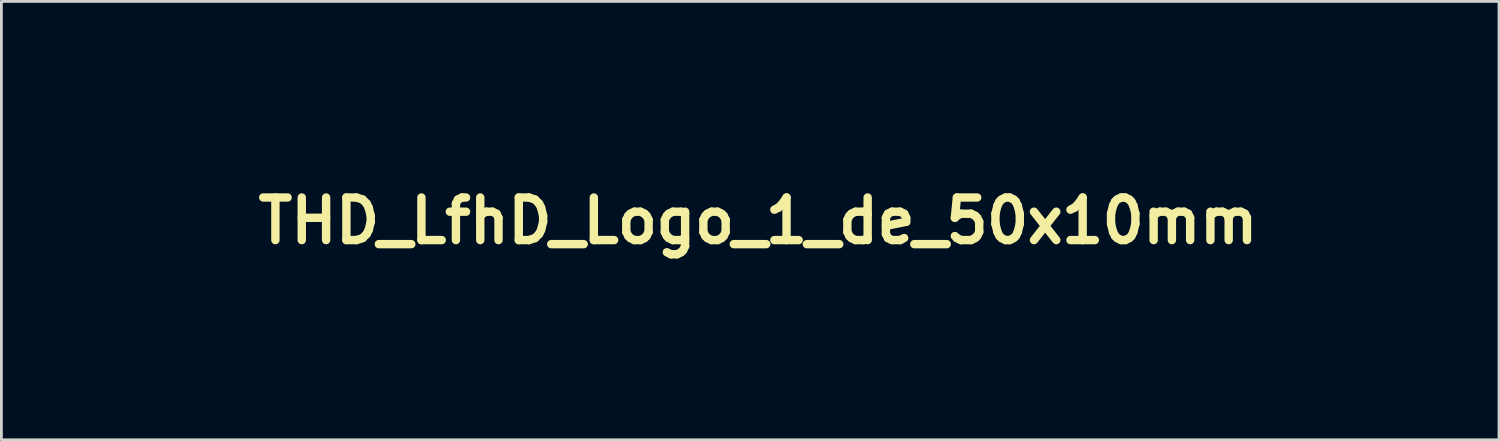
<source format=kicad_pcb>
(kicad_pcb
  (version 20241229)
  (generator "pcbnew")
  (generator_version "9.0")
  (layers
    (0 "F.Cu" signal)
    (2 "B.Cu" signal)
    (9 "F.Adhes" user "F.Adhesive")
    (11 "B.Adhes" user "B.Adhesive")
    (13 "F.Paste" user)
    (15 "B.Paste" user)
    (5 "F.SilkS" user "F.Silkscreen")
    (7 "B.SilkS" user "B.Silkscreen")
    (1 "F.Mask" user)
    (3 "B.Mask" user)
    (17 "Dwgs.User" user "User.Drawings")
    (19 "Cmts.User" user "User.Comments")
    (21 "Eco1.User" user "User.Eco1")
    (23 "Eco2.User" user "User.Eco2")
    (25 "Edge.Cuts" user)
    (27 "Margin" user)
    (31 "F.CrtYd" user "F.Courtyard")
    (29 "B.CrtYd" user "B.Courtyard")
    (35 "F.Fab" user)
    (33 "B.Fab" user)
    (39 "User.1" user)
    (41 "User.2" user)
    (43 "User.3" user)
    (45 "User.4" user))
  (footprint "THD_LfhD_Logo_1_de_50x10mm"
    (layer "F.Cu")
    (at 24.076 4.851)
    (property "Reference" "THD_LfhD_Logo_1_de_50x10mm" (at 0 0 0) (layer "F.SilkS") (effects (font (size 1.524 1.524) (thickness 0.3))))
    (attr through_hole)
    (fp_poly (pts (xy -21.61 2.384) (xy -21.61 4.338) (xy -21.824 4.362) (xy -22.039 4.387) (xy -22.039 2.334) (xy -21.61 2.384)) (stroke (width 0.01) (type solid)) (fill yes) (layer "F.Mask"))
    (fp_poly (pts (xy -12.622 2.384) (xy -12.6 3.38) (xy -12.578 4.377) (xy -13.052 4.377) (xy -13.052 2.334) (xy -12.622 2.384)) (stroke (width 0.01) (type solid)) (fill yes) (layer "F.Mask"))
    (fp_poly (pts (xy -9.965 2.384) (xy -9.943 3.38) (xy -9.921 4.377) (xy -10.394 4.377) (xy -10.394 2.334) (xy -9.965 2.384)) (stroke (width 0.01) (type solid)) (fill yes) (layer "F.Mask"))
    (fp_poly (pts (xy -14.302 3.908) (xy -13.286 3.908) (xy -13.286 4.377) (xy -14.732 4.377) (xy -14.716 3.38) (xy -14.701 2.384) (xy -14.501 2.359) (xy -14.302 2.334) (xy -14.302 3.908)) (stroke (width 0.01) (type solid)) (fill yes) (layer "F.Mask"))
    (fp_poly (pts (xy -2.761 -4.79) (xy -2.735 -4.689) (xy -2.791 -4.559) (xy -2.892 -4.533) (xy -3.022 -4.588) (xy -3.048 -4.689) (xy -2.993 -4.82) (xy -2.892 -4.846) (xy -2.761 -4.79)) (stroke (width 0.01) (type solid)) (fill yes) (layer "F.Mask"))
    (fp_poly (pts (xy -2.136 -4.79) (xy -2.11 -4.689) (xy -2.165 -4.559) (xy -2.266 -4.533) (xy -2.397 -4.588) (xy -2.423 -4.689) (xy -2.368 -4.82) (xy -2.266 -4.846) (xy -2.136 -4.79)) (stroke (width 0.01) (type solid)) (fill yes) (layer "F.Mask"))
    (fp_poly (pts (xy -18.855 2.359) (xy -18.64 2.384) (xy -18.617 3.204) (xy -18.609 3.659) (xy -18.616 3.981) (xy -18.644 4.191) (xy -18.698 4.312) (xy -18.783 4.366) (xy -18.876 4.377) (xy -19.07 4.377) (xy -19.07 2.334) (xy -18.855 2.359)) (stroke (width 0.01) (type solid)) (fill yes) (layer "F.Mask"))
    (fp_poly (pts (xy -16.647 2.579) (xy -16.659 2.729) (xy -16.726 2.796) (xy -16.892 2.813) (xy -16.959 2.814) (xy -17.272 2.814) (xy -17.272 4.377) (xy -17.663 4.377) (xy -17.663 2.814) (xy -17.975 2.814) (xy -18.176 2.804) (xy -18.265 2.754) (xy -18.288 2.629) (xy -18.288 2.579) (xy -18.288 2.345) (xy -16.647 2.345) (xy -16.647 2.579)) (stroke (width 0.01) (type solid)) (fill yes) (layer "F.Mask"))
    (fp_poly (pts (xy 5.002 4.767) (xy 3.671 4.767) (xy 3.148 4.764) (xy 2.765 4.754) (xy 2.507 4.735) (xy 2.358 4.707) (xy 2.302 4.67) (xy 2.295 4.574) (xy 2.29 4.338) (xy 2.285 3.976) (xy 2.282 3.503) (xy 2.28 2.935) (xy 2.28 2.286) (xy 2.281 1.573) (xy 2.284 0.81) (xy 2.285 0.625) (xy 2.306 -3.322) (xy 5.002 -3.364) (xy 5.002 4.767)) (stroke (width 0.01) (type solid)) (fill yes) (layer "F.Mask"))
    (fp_poly (pts (xy 14.83 0.059) (xy 14.81 4.806) (xy 14.534 4.83) (xy 14.335 4.831) (xy 14.209 4.803) (xy 14.202 4.797) (xy 14.187 4.707) (xy 14.174 4.482) (xy 14.163 4.141) (xy 14.154 3.707) (xy 14.148 3.199) (xy 14.146 2.639) (xy 14.146 2.607) (xy 14.146 0.473) (xy 11.528 0.43) (xy 11.504 0.059) (xy 11.48 -0.313) (xy 14.146 -0.313) (xy 14.146 -4.689) (xy 14.85 -4.689) (xy 14.83 0.059)) (stroke (width 0.01) (type solid)) (fill yes) (layer "F.Mask"))
    (fp_poly (pts (xy 10.863 -3.908) (xy 6.33 -3.908) (xy 6.33 4.689) (xy 6.102 4.689) (xy 5.898 4.703) (xy 5.766 4.731) (xy 5.637 4.737) (xy 5.603 4.718) (xy 5.593 4.631) (xy 5.584 4.403) (xy 5.575 4.048) (xy 5.567 3.579) (xy 5.56 3.011) (xy 5.555 2.359) (xy 5.551 1.636) (xy 5.549 0.858) (xy 5.549 0.378) (xy 5.549 -3.908) (xy 1.016 -3.908) (xy 1.016 -4.689) (xy 10.863 -4.689) (xy 10.863 -3.908)) (stroke (width 0.01) (type solid)) (fill yes) (layer "F.Mask"))
    (fp_poly (pts (xy -23.62 -0.929) (xy -23.551 -0.877) (xy -23.527 -0.74) (xy -23.524 -0.547) (xy -23.524 -0.156) (xy -22.743 -0.156) (xy -22.743 -0.547) (xy -22.736 -0.779) (xy -22.704 -0.895) (xy -22.626 -0.934) (xy -22.547 -0.938) (xy -22.352 -0.938) (xy -22.352 1.094) (xy -22.547 1.094) (xy -22.663 1.081) (xy -22.721 1.017) (xy -22.741 0.86) (xy -22.743 0.703) (xy -22.743 0.313) (xy -23.524 0.313) (xy -23.524 0.703) (xy -23.529 0.935) (xy -23.561 1.05) (xy -23.643 1.09) (xy -23.759 1.094) (xy -23.993 1.094) (xy -23.993 -0.938) (xy -23.759 -0.938) (xy -23.62 -0.929)) (stroke (width 0.01) (type solid)) (fill yes) (layer "F.Mask"))
    (fp_poly (pts (xy -2.987 -0.929) (xy -2.918 -0.877) (xy -2.894 -0.74) (xy -2.892 -0.547) (xy -2.892 -0.156) (xy -2.11 -0.156) (xy -2.11 -0.547) (xy -2.104 -0.779) (xy -2.071 -0.895) (xy -1.993 -0.934) (xy -1.915 -0.938) (xy -1.719 -0.938) (xy -1.719 1.094) (xy -1.915 1.094) (xy -2.031 1.081) (xy -2.089 1.017) (xy -2.108 0.86) (xy -2.11 0.703) (xy -2.11 0.313) (xy -2.892 0.313) (xy -2.892 0.703) (xy -2.897 0.935) (xy -2.928 1.05) (xy -3.01 1.09) (xy -3.126 1.094) (xy -3.361 1.094) (xy -3.361 -0.938) (xy -3.126 -0.938) (xy -2.987 -0.929)) (stroke (width 0.01) (type solid)) (fill yes) (layer "F.Mask"))
    (fp_poly (pts (xy -23.466 2.347) (xy -23.111 2.358) (xy -22.868 2.4) (xy -22.696 2.489) (xy -22.551 2.643) (xy -22.485 2.733) (xy -22.391 2.973) (xy -22.353 3.294) (xy -22.372 3.631) (xy -22.449 3.92) (xy -22.482 3.987) (xy -22.633 4.177) (xy -22.838 4.297) (xy -23.129 4.359) (xy -23.528 4.377) (xy -24.071 4.377) (xy -24.071 2.814) (xy -23.602 2.814) (xy -23.602 3.908) (xy -23.294 3.908) (xy -23.048 3.877) (xy -22.892 3.77) (xy -22.864 3.734) (xy -22.773 3.523) (xy -22.743 3.33) (xy -22.804 3.055) (xy -22.984 2.881) (xy -23.272 2.814) (xy -23.302 2.814) (xy -23.602 2.814) (xy -24.071 2.814) (xy -24.071 2.345) (xy -23.466 2.347)) (stroke (width 0.01) (type solid)) (fill yes) (layer "F.Mask"))
    (fp_poly (pts (xy -7.737 -0.469) (xy -8.284 -0.469) (xy -8.572 -0.465) (xy -8.737 -0.446) (xy -8.812 -0.402) (xy -8.831 -0.325) (xy -8.831 -0.313) (xy -8.816 -0.228) (xy -8.745 -0.181) (xy -8.585 -0.161) (xy -8.323 -0.156) (xy -7.815 -0.156) (xy -7.815 0.313) (xy -8.323 0.313) (xy -8.599 0.318) (xy -8.752 0.34) (xy -8.818 0.389) (xy -8.831 0.466) (xy -8.815 0.546) (xy -8.742 0.595) (xy -8.582 0.623) (xy -8.301 0.64) (xy -8.265 0.641) (xy -7.972 0.656) (xy -7.801 0.68) (xy -7.716 0.727) (xy -7.683 0.811) (xy -7.673 0.879) (xy -7.649 1.094) (xy -9.3 1.094) (xy -9.3 -0.938) (xy -7.737 -0.938) (xy -7.737 -0.469)) (stroke (width 0.01) (type solid)) (fill yes) (layer "F.Mask"))
    (fp_poly (pts (xy -16.886 -0.916) (xy -16.586 -0.836) (xy -16.381 -0.677) (xy -16.242 -0.418) (xy -16.147 -0.073) (xy -16.146 0.231) (xy -16.241 0.561) (xy -16.408 0.843) (xy -16.469 0.908) (xy -16.592 1.004) (xy -16.732 1.06) (xy -16.935 1.087) (xy -17.245 1.094) (xy -17.283 1.094) (xy -17.897 1.094) (xy -17.897 -0.469) (xy -17.428 -0.469) (xy -17.428 0.625) (xy -17.121 0.625) (xy -16.879 0.593) (xy -16.704 0.513) (xy -16.691 0.502) (xy -16.601 0.321) (xy -16.572 0.069) (xy -16.605 -0.18) (xy -16.691 -0.346) (xy -16.855 -0.43) (xy -17.093 -0.468) (xy -17.121 -0.469) (xy -17.428 -0.469) (xy -17.897 -0.469) (xy -17.897 -0.938) (xy -17.308 -0.938) (xy -16.886 -0.916)) (stroke (width 0.01) (type solid)) (fill yes) (layer "F.Mask"))
    (fp_poly (pts (xy -3.775 -4.162) (xy -3.8 -4.043) (xy -3.863 -3.976) (xy -4.001 -3.943) (xy -4.254 -3.925) (xy -4.285 -3.924) (xy -4.553 -3.904) (xy -4.699 -3.871) (xy -4.759 -3.811) (xy -4.767 -3.748) (xy -4.748 -3.659) (xy -4.664 -3.613) (xy -4.479 -3.597) (xy -4.338 -3.595) (xy -4.092 -3.591) (xy -3.964 -3.565) (xy -3.915 -3.497) (xy -3.908 -3.364) (xy -3.908 -3.361) (xy -3.915 -3.227) (xy -3.962 -3.157) (xy -4.088 -3.13) (xy -4.331 -3.126) (xy -4.338 -3.126) (xy -4.767 -3.126) (xy -4.767 -2.735) (xy -4.773 -2.504) (xy -4.804 -2.389) (xy -4.886 -2.349) (xy -5.002 -2.345) (xy -5.236 -2.345) (xy -5.236 -4.377) (xy -3.746 -4.377) (xy -3.775 -4.162)) (stroke (width 0.01) (type solid)) (fill yes) (layer "F.Mask"))
    (fp_poly (pts (xy 16.945 -4.674) (xy 16.971 -4.673) (xy 18.171 -4.65) (xy 18.171 4.728) (xy 16.916 4.75) (xy 16.488 4.754) (xy 16.115 4.751) (xy 15.827 4.742) (xy 15.649 4.728) (xy 15.607 4.717) (xy 15.597 4.631) (xy 15.588 4.403) (xy 15.579 4.046) (xy 15.572 3.575) (xy 15.565 3.002) (xy 15.56 2.343) (xy 15.556 1.61) (xy 15.553 0.819) (xy 15.553 0.075) (xy 15.553 -0.909) (xy 15.555 -1.747) (xy 15.558 -2.452) (xy 15.563 -3.033) (xy 15.569 -3.503) (xy 15.578 -3.873) (xy 15.59 -4.154) (xy 15.604 -4.356) (xy 15.621 -4.492) (xy 15.641 -4.572) (xy 15.662 -4.605) (xy 15.78 -4.644) (xy 16.028 -4.668) (xy 16.413 -4.678) (xy 16.945 -4.674)) (stroke (width 0.01) (type solid)) (fill yes) (layer "F.Mask"))
    (fp_poly (pts (xy -7.132 -0.923) (xy -7.008 -0.886) (xy -6.892 -0.786) (xy -6.757 -0.596) (xy -6.605 -0.334) (xy -6.454 -0.074) (xy -6.327 0.124) (xy -6.246 0.226) (xy -6.233 0.233) (xy -6.205 0.162) (xy -6.184 -0.027) (xy -6.174 -0.297) (xy -6.174 -0.352) (xy -6.172 -0.65) (xy -6.157 -0.825) (xy -6.119 -0.909) (xy -6.047 -0.936) (xy -5.979 -0.938) (xy -5.783 -0.938) (xy -5.783 1.094) (xy -5.998 1.093) (xy -6.113 1.075) (xy -6.218 1.005) (xy -6.338 0.857) (xy -6.496 0.604) (xy -6.565 0.488) (xy -6.917 -0.117) (xy -6.939 0.488) (xy -6.954 0.793) (xy -6.975 0.973) (xy -7.015 1.062) (xy -7.086 1.091) (xy -7.154 1.094) (xy -7.346 1.094) (xy -7.346 -0.948) (xy -7.132 -0.923)) (stroke (width 0.01) (type solid)) (fill yes) (layer "F.Mask"))
    (fp_poly (pts (xy -5.236 3.032) (xy -5.227 3.418) (xy -5.192 3.673) (xy -5.119 3.823) (xy -4.999 3.892) (xy -4.846 3.908) (xy -4.673 3.887) (xy -4.56 3.808) (xy -4.493 3.646) (xy -4.462 3.375) (xy -4.455 3.032) (xy -4.453 2.704) (xy -4.442 2.501) (xy -4.414 2.394) (xy -4.359 2.352) (xy -4.27 2.345) (xy -4.259 2.345) (xy -4.064 2.345) (xy -4.064 3.169) (xy -4.066 3.539) (xy -4.077 3.787) (xy -4.104 3.948) (xy -4.153 4.058) (xy -4.233 4.149) (xy -4.271 4.185) (xy -4.521 4.326) (xy -4.835 4.383) (xy -5.15 4.352) (xy -5.391 4.237) (xy -5.542 4.022) (xy -5.643 3.661) (xy -5.695 3.153) (xy -5.702 2.872) (xy -5.705 2.345) (xy -5.236 2.345) (xy -5.236 3.032)) (stroke (width 0.01) (type solid)) (fill yes) (layer "F.Mask"))
    (fp_poly (pts (xy 10.846 0.508) (xy 10.849 1.272) (xy 10.851 1.993) (xy 10.851 2.654) (xy 10.849 3.239) (xy 10.845 3.734) (xy 10.84 4.121) (xy 10.834 4.385) (xy 10.826 4.509) (xy 10.825 4.513) (xy 10.804 4.578) (xy 10.764 4.625) (xy 10.681 4.656) (xy 10.531 4.675) (xy 10.293 4.685) (xy 9.943 4.689) (xy 9.496 4.689) (xy 9.021 4.689) (xy 8.679 4.685) (xy 8.447 4.674) (xy 8.303 4.654) (xy 8.224 4.622) (xy 8.185 4.574) (xy 8.166 4.513) (xy 8.158 4.402) (xy 8.152 4.15) (xy 8.146 3.774) (xy 8.143 3.289) (xy 8.141 2.711) (xy 8.14 2.056) (xy 8.142 1.341) (xy 8.145 0.58) (xy 8.145 0.508) (xy 8.167 -3.322) (xy 10.824 -3.322) (xy 10.846 0.508)) (stroke (width 0.01) (type solid)) (fill yes) (layer "F.Mask"))
    (fp_poly (pts (xy 0.234 -0.469) (xy -0.313 -0.469) (xy -0.6 -0.465) (xy -0.765 -0.446) (xy -0.84 -0.402) (xy -0.86 -0.325) (xy -0.86 -0.313) (xy -0.844 -0.228) (xy -0.773 -0.181) (xy -0.614 -0.161) (xy -0.352 -0.156) (xy 0.156 -0.156) (xy 0.156 0.313) (xy -0.352 0.313) (xy -0.627 0.317) (xy -0.78 0.339) (xy -0.846 0.388) (xy -0.86 0.469) (xy -0.845 0.551) (xy -0.778 0.598) (xy -0.625 0.62) (xy -0.353 0.625) (xy -0.318 0.625) (xy -0.027 0.631) (xy 0.145 0.654) (xy 0.234 0.704) (xy 0.273 0.781) (xy 0.298 0.914) (xy 0.256 1.004) (xy 0.126 1.059) (xy -0.113 1.086) (xy -0.483 1.094) (xy -0.552 1.094) (xy -1.329 1.094) (xy -1.329 -0.938) (xy 0.234 -0.938) (xy 0.234 -0.469)) (stroke (width 0.01) (type solid)) (fill yes) (layer "F.Mask"))
    (fp_poly (pts (xy -8.05 2.814) (xy -8.597 2.814) (xy -8.884 2.818) (xy -9.049 2.837) (xy -9.124 2.88) (xy -9.144 2.957) (xy -9.144 2.97) (xy -9.128 3.054) (xy -9.058 3.102) (xy -8.898 3.122) (xy -8.636 3.126) (xy -8.128 3.126) (xy -8.128 3.595) (xy -8.636 3.595) (xy -8.911 3.6) (xy -9.065 3.622) (xy -9.131 3.671) (xy -9.144 3.748) (xy -9.127 3.828) (xy -9.055 3.877) (xy -8.895 3.905) (xy -8.614 3.922) (xy -8.577 3.924) (xy -8.285 3.939) (xy -8.116 3.962) (xy -8.036 4.007) (xy -8.012 4.086) (xy -8.011 4.142) (xy -8.016 4.23) (xy -8.05 4.288) (xy -8.142 4.322) (xy -8.319 4.342) (xy -8.609 4.354) (xy -8.812 4.36) (xy -9.613 4.382) (xy -9.613 2.345) (xy -8.05 2.345) (xy -8.05 2.814)) (stroke (width 0.01) (type solid)) (fill yes) (layer "F.Mask"))
    (fp_poly (pts (xy -8.913 -4.309) (xy -8.61 -4.114) (xy -8.406 -3.803) (xy -8.361 -3.668) (xy -8.324 -3.268) (xy -8.421 -2.893) (xy -8.639 -2.585) (xy -8.683 -2.546) (xy -8.993 -2.379) (xy -9.349 -2.335) (xy -9.698 -2.412) (xy -9.918 -2.546) (xy -10.154 -2.841) (xy -10.27 -3.208) (xy -10.262 -3.413) (xy -9.847 -3.413) (xy -9.793 -3.1) (xy -9.632 -2.9) (xy -9.367 -2.816) (xy -9.3 -2.814) (xy -9.054 -2.846) (xy -8.898 -2.957) (xy -8.875 -2.987) (xy -8.768 -3.239) (xy -8.763 -3.501) (xy -8.857 -3.719) (xy -8.927 -3.786) (xy -9.19 -3.897) (xy -9.451 -3.891) (xy -9.673 -3.782) (xy -9.815 -3.588) (xy -9.847 -3.413) (xy -10.262 -3.413) (xy -10.254 -3.606) (xy -10.24 -3.668) (xy -10.074 -4.017) (xy -9.805 -4.254) (xy -9.445 -4.368) (xy -9.3 -4.377) (xy -8.913 -4.309)) (stroke (width 0.01) (type solid)) (fill yes) (layer "F.Mask"))
    (fp_poly (pts (xy -3.379 2.359) (xy -3.244 2.406) (xy -3.112 2.532) (xy -2.954 2.765) (xy -2.89 2.874) (xy -2.696 3.203) (xy -2.565 3.396) (xy -2.484 3.455) (xy -2.441 3.383) (xy -2.425 3.181) (xy -2.423 2.946) (xy -2.42 2.643) (xy -2.407 2.464) (xy -2.371 2.376) (xy -2.302 2.347) (xy -2.227 2.345) (xy -2.032 2.345) (xy -2.032 4.377) (xy -2.247 4.376) (xy -2.362 4.358) (xy -2.467 4.287) (xy -2.587 4.139) (xy -2.745 3.887) (xy -2.814 3.77) (xy -3.165 3.165) (xy -3.188 3.771) (xy -3.202 4.075) (xy -3.224 4.256) (xy -3.264 4.345) (xy -3.335 4.374) (xy -3.398 4.377) (xy -3.552 4.355) (xy -3.61 4.318) (xy -3.617 4.221) (xy -3.62 4.001) (xy -3.618 3.689) (xy -3.61 3.317) (xy -3.61 3.297) (xy -3.586 2.335) (xy -3.379 2.359)) (stroke (width 0.01) (type solid)) (fill yes) (layer "F.Mask"))
    (fp_poly (pts (xy -3.302 -4.362) (xy -3.198 -4.345) (xy -3.133 -4.299) (xy -3.096 -4.195) (xy -3.077 -3.998) (xy -3.064 -3.678) (xy -3.064 -3.677) (xy -3.041 -3.293) (xy -2.996 -3.04) (xy -2.918 -2.893) (xy -2.795 -2.826) (xy -2.663 -2.814) (xy -2.489 -2.834) (xy -2.373 -2.911) (xy -2.305 -3.071) (xy -2.274 -3.339) (xy -2.266 -3.689) (xy -2.265 -4.017) (xy -2.254 -4.22) (xy -2.226 -4.327) (xy -2.171 -4.369) (xy -2.081 -4.377) (xy -2.071 -4.377) (xy -1.876 -4.377) (xy -1.876 -3.552) (xy -1.878 -3.182) (xy -1.889 -2.934) (xy -1.915 -2.773) (xy -1.965 -2.664) (xy -2.045 -2.572) (xy -2.082 -2.536) (xy -2.333 -2.395) (xy -2.647 -2.339) (xy -2.962 -2.37) (xy -3.203 -2.484) (xy -3.353 -2.697) (xy -3.454 -3.055) (xy -3.506 -3.558) (xy -3.514 -3.854) (xy -3.517 -4.387) (xy -3.302 -4.362)) (stroke (width 0.01) (type solid)) (fill yes) (layer "F.Mask"))
    (fp_poly (pts (xy -11.228 2.386) (xy -10.991 2.507) (xy -10.833 2.678) (xy -10.786 2.834) (xy -10.85 2.941) (xy -10.976 2.97) (xy -11.141 2.941) (xy -11.215 2.892) (xy -11.319 2.839) (xy -11.508 2.814) (xy -11.532 2.814) (xy -11.731 2.85) (xy -11.805 2.934) (xy -11.746 3.028) (xy -11.586 3.09) (xy -11.186 3.215) (xy -10.89 3.39) (xy -10.715 3.602) (xy -10.676 3.836) (xy -10.7 3.928) (xy -10.875 4.185) (xy -11.163 4.334) (xy -11.512 4.377) (xy -11.776 4.358) (xy -11.962 4.283) (xy -12.12 4.148) (xy -12.298 3.942) (xy -12.342 3.816) (xy -12.251 3.768) (xy -12.094 3.785) (xy -11.72 3.857) (xy -11.468 3.894) (xy -11.306 3.899) (xy -11.217 3.88) (xy -11.135 3.797) (xy -11.166 3.692) (xy -11.282 3.612) (xy -11.383 3.595) (xy -11.594 3.555) (xy -11.839 3.456) (xy -12.061 3.326) (xy -12.203 3.195) (xy -12.221 3.162) (xy -12.265 2.89) (xy -12.166 2.631) (xy -12.108 2.551) (xy -11.975 2.419) (xy -11.81 2.358) (xy -11.572 2.345) (xy -11.228 2.386)) (stroke (width 0.01) (type solid)) (fill yes) (layer "F.Mask"))
    (fp_poly (pts (xy -20.039 2.362) (xy -19.854 2.433) (xy -19.689 2.573) (xy -19.518 2.767) (xy -19.472 2.901) (xy -19.546 3.004) (xy -19.624 3.052) (xy -19.767 3.095) (xy -19.901 3.03) (xy -19.961 2.977) (xy -20.209 2.831) (xy -20.462 2.82) (xy -20.684 2.927) (xy -20.837 3.137) (xy -20.884 3.366) (xy -20.827 3.631) (xy -20.643 3.812) (xy -20.342 3.9) (xy -20.194 3.908) (xy -19.974 3.888) (xy -19.864 3.842) (xy -19.876 3.787) (xy -20.026 3.742) (xy -20.066 3.737) (xy -20.233 3.681) (xy -20.301 3.533) (xy -20.306 3.497) (xy -20.313 3.379) (xy -20.276 3.315) (xy -20.16 3.288) (xy -19.932 3.283) (xy -19.856 3.282) (xy -19.382 3.282) (xy -19.382 3.561) (xy -19.404 3.793) (xy -19.456 3.977) (xy -19.46 3.985) (xy -19.631 4.162) (xy -19.906 4.297) (xy -20.235 4.37) (xy -20.366 4.377) (xy -20.616 4.351) (xy -20.818 4.251) (xy -20.971 4.12) (xy -21.21 3.807) (xy -21.317 3.465) (xy -21.303 3.125) (xy -21.179 2.814) (xy -20.955 2.562) (xy -20.643 2.396) (xy -20.303 2.345) (xy -20.039 2.362)) (stroke (width 0.01) (type solid)) (fill yes) (layer "F.Mask"))
    (fp_poly (pts (xy -18.853 -0.928) (xy -18.593 -0.888) (xy -18.425 -0.805) (xy -18.319 -0.664) (xy -18.256 -0.499) (xy -18.247 -0.278) (xy -18.322 -0.056) (xy -18.454 0.101) (xy -18.523 0.134) (xy -18.66 0.208) (xy -18.656 0.305) (xy -18.602 0.351) (xy -18.516 0.439) (xy -18.381 0.612) (xy -18.285 0.746) (xy -18.046 1.094) (xy -18.304 1.094) (xy -18.47 1.073) (xy -18.61 0.99) (xy -18.768 0.814) (xy -18.836 0.723) (xy -19.024 0.504) (xy -19.201 0.361) (xy -19.285 0.327) (xy -19.389 0.326) (xy -19.441 0.385) (xy -19.459 0.542) (xy -19.46 0.698) (xy -19.465 0.931) (xy -19.496 1.048) (xy -19.576 1.089) (xy -19.695 1.094) (xy -19.929 1.094) (xy -19.929 -0.313) (xy -19.46 -0.313) (xy -19.44 -0.219) (xy -19.352 -0.172) (xy -19.16 -0.157) (xy -19.07 -0.156) (xy -18.835 -0.165) (xy -18.718 -0.199) (xy -18.68 -0.276) (xy -18.679 -0.313) (xy -18.699 -0.406) (xy -18.787 -0.453) (xy -18.979 -0.468) (xy -19.07 -0.469) (xy -19.304 -0.461) (xy -19.421 -0.426) (xy -19.459 -0.349) (xy -19.46 -0.313) (xy -19.929 -0.313) (xy -19.929 -0.938) (xy -19.238 -0.938) (xy -18.853 -0.928)) (stroke (width 0.01) (type solid)) (fill yes) (layer "F.Mask"))
    (fp_poly (pts (xy -12.449 -0.891) (xy -12.37 -0.852) (xy -12.294 -0.759) (xy -12.204 -0.587) (xy -12.085 -0.314) (xy -11.943 0.035) (xy -11.802 0.39) (xy -11.684 0.694) (xy -11.603 0.915) (xy -11.567 1.026) (xy -11.567 1.031) (xy -11.635 1.076) (xy -11.795 1.094) (xy -11.966 1.067) (xy -12.05 0.952) (xy -12.075 0.86) (xy -12.117 0.72) (xy -12.193 0.651) (xy -12.349 0.628) (xy -12.518 0.625) (xy -12.755 0.633) (xy -12.886 0.674) (xy -12.961 0.772) (xy -12.997 0.86) (xy -13.098 1.033) (xy -13.251 1.092) (xy -13.303 1.094) (xy -13.46 1.088) (xy -13.52 1.075) (xy -13.493 0.999) (xy -13.42 0.804) (xy -13.312 0.519) (xy -13.179 0.17) (xy -13.143 0.078) (xy -13.136 0.058) (xy -12.722 0.058) (xy -12.714 0.137) (xy -12.615 0.156) (xy -12.538 0.156) (xy -12.397 0.136) (xy -12.374 0.048) (xy -12.391 -0.02) (xy -12.476 -0.222) (xy -12.561 -0.269) (xy -12.644 -0.16) (xy -12.658 -0.125) (xy -12.722 0.058) (xy -13.136 0.058) (xy -12.99 -0.316) (xy -12.878 -0.587) (xy -12.792 -0.758) (xy -12.718 -0.851) (xy -12.642 -0.89) (xy -12.55 -0.899) (xy -12.544 -0.899) (xy -12.449 -0.891)) (stroke (width 0.01) (type solid)) (fill yes) (layer "F.Mask"))
    (fp_poly (pts (xy -10.256 -0.928) (xy -9.996 -0.888) (xy -9.828 -0.805) (xy -9.722 -0.664) (xy -9.659 -0.499) (xy -9.65 -0.278) (xy -9.725 -0.056) (xy -9.857 0.101) (xy -9.926 0.134) (xy -10.052 0.181) (xy -10.082 0.209) (xy -10.038 0.285) (xy -9.926 0.445) (xy -9.808 0.602) (xy -9.631 0.845) (xy -9.554 0.993) (xy -9.574 1.068) (xy -9.689 1.093) (xy -9.75 1.094) (xy -9.906 1.06) (xy -10.062 0.94) (xy -10.239 0.723) (xy -10.428 0.504) (xy -10.604 0.361) (xy -10.689 0.327) (xy -10.792 0.326) (xy -10.844 0.385) (xy -10.862 0.542) (xy -10.863 0.698) (xy -10.868 0.931) (xy -10.899 1.048) (xy -10.979 1.089) (xy -11.098 1.094) (xy -11.332 1.094) (xy -11.332 -0.313) (xy -10.863 -0.313) (xy -10.843 -0.219) (xy -10.755 -0.172) (xy -10.563 -0.157) (xy -10.473 -0.156) (xy -10.238 -0.165) (xy -10.121 -0.199) (xy -10.084 -0.276) (xy -10.082 -0.313) (xy -10.102 -0.406) (xy -10.19 -0.453) (xy -10.382 -0.468) (xy -10.473 -0.469) (xy -10.707 -0.461) (xy -10.824 -0.426) (xy -10.862 -0.349) (xy -10.863 -0.313) (xy -11.332 -0.313) (xy -11.332 -0.938) (xy -10.641 -0.938) (xy -10.256 -0.928)) (stroke (width 0.01) (type solid)) (fill yes) (layer "F.Mask"))
    (fp_poly (pts (xy -6.974 -4.367) (xy -6.713 -4.327) (xy -6.545 -4.244) (xy -6.439 -4.103) (xy -6.377 -3.938) (xy -6.367 -3.716) (xy -6.442 -3.495) (xy -6.575 -3.338) (xy -6.644 -3.305) (xy -6.77 -3.26) (xy -6.799 -3.235) (xy -6.756 -3.162) (xy -6.643 -3.004) (xy -6.526 -2.847) (xy -6.348 -2.601) (xy -6.271 -2.45) (xy -6.293 -2.372) (xy -6.412 -2.346) (xy -6.467 -2.345) (xy -6.624 -2.379) (xy -6.779 -2.499) (xy -6.957 -2.716) (xy -7.145 -2.934) (xy -7.321 -3.077) (xy -7.406 -3.112) (xy -7.509 -3.113) (xy -7.561 -3.053) (xy -7.579 -2.896) (xy -7.581 -2.741) (xy -7.586 -2.507) (xy -7.616 -2.39) (xy -7.696 -2.349) (xy -7.815 -2.345) (xy -8.05 -2.345) (xy -8.05 -3.751) (xy -7.581 -3.751) (xy -7.56 -3.658) (xy -7.473 -3.611) (xy -7.281 -3.596) (xy -7.19 -3.595) (xy -6.956 -3.603) (xy -6.839 -3.638) (xy -6.801 -3.715) (xy -6.799 -3.751) (xy -6.82 -3.845) (xy -6.907 -3.892) (xy -7.1 -3.907) (xy -7.19 -3.908) (xy -7.425 -3.899) (xy -7.541 -3.865) (xy -7.579 -3.788) (xy -7.581 -3.751) (xy -8.05 -3.751) (xy -8.05 -4.377) (xy -7.359 -4.377) (xy -6.974 -4.367)) (stroke (width 0.01) (type solid)) (fill yes) (layer "F.Mask"))
    (fp_poly (pts (xy -6.657 2.355) (xy -6.394 2.397) (xy -6.224 2.484) (xy -6.12 2.633) (xy -6.054 2.834) (xy -6.054 3.047) (xy -6.134 3.255) (xy -6.263 3.402) (xy -6.371 3.439) (xy -6.456 3.45) (xy -6.472 3.502) (xy -6.408 3.62) (xy -6.256 3.828) (xy -6.213 3.885) (xy -6.036 4.127) (xy -5.959 4.275) (xy -5.979 4.35) (xy -6.094 4.375) (xy -6.155 4.377) (xy -6.311 4.343) (xy -6.467 4.222) (xy -6.644 4.005) (xy -6.832 3.787) (xy -7.009 3.644) (xy -7.093 3.609) (xy -7.197 3.608) (xy -7.249 3.668) (xy -7.267 3.825) (xy -7.268 3.98) (xy -7.273 4.214) (xy -7.304 4.331) (xy -7.384 4.372) (xy -7.503 4.377) (xy -7.737 4.377) (xy -7.737 2.97) (xy -7.268 2.97) (xy -7.248 3.064) (xy -7.16 3.11) (xy -6.968 3.125) (xy -6.878 3.126) (xy -6.643 3.118) (xy -6.526 3.083) (xy -6.488 3.006) (xy -6.487 2.97) (xy -6.507 2.876) (xy -6.595 2.829) (xy -6.787 2.814) (xy -6.878 2.814) (xy -7.112 2.822) (xy -7.229 2.857) (xy -7.267 2.934) (xy -7.268 2.97) (xy -7.737 2.97) (xy -7.737 2.345) (xy -7.046 2.345) (xy -6.657 2.355)) (stroke (width 0.01) (type solid)) (fill yes) (layer "F.Mask"))
    (fp_poly (pts (xy -0.423 2.36) (xy -0.235 2.421) (xy -0.069 2.549) (xy -0.063 2.555) (xy 0.109 2.754) (xy 0.142 2.905) (xy 0.04 3.024) (xy -0.007 3.052) (xy -0.148 3.095) (xy -0.255 3.017) (xy -0.285 2.977) (xy -0.46 2.85) (xy -0.706 2.815) (xy -0.965 2.873) (xy -1.077 2.935) (xy -1.217 3.118) (xy -1.253 3.362) (xy -1.186 3.608) (xy -1.079 3.748) (xy -0.929 3.833) (xy -0.72 3.89) (xy -0.501 3.914) (xy -0.324 3.901) (xy -0.237 3.844) (xy -0.234 3.83) (xy -0.302 3.775) (xy -0.467 3.751) (xy -0.474 3.751) (xy -0.64 3.735) (xy -0.695 3.658) (xy -0.689 3.536) (xy -0.664 3.415) (xy -0.6 3.348) (xy -0.455 3.315) (xy -0.21 3.298) (xy 0.243 3.274) (xy 0.219 3.647) (xy 0.188 3.892) (xy 0.112 4.048) (xy -0.044 4.18) (xy -0.07 4.198) (xy -0.408 4.34) (xy -0.787 4.368) (xy -1.143 4.278) (xy -1.19 4.255) (xy -1.403 4.087) (xy -1.558 3.831) (xy -1.646 3.577) (xy -1.677 3.208) (xy -1.552 2.855) (xy -1.367 2.612) (xy -1.197 2.452) (xy -1.039 2.372) (xy -0.822 2.346) (xy -0.698 2.345) (xy -0.423 2.36)) (stroke (width 0.01) (type solid)) (fill yes) (layer "F.Mask"))
    (fp_poly (pts (xy -0.409 -4.367) (xy -0.148 -4.327) (xy 0.019 -4.244) (xy 0.126 -4.103) (xy 0.188 -3.938) (xy 0.198 -3.716) (xy 0.123 -3.495) (xy -0.01 -3.338) (xy -0.079 -3.305) (xy -0.205 -3.26) (xy -0.234 -3.235) (xy -0.191 -3.162) (xy -0.078 -3.004) (xy 0.039 -2.847) (xy 0.217 -2.601) (xy 0.294 -2.45) (xy 0.272 -2.372) (xy 0.153 -2.346) (xy 0.098 -2.345) (xy -0.059 -2.379) (xy -0.214 -2.499) (xy -0.392 -2.716) (xy -0.58 -2.934) (xy -0.756 -3.077) (xy -0.841 -3.112) (xy -0.944 -3.113) (xy -0.996 -3.053) (xy -1.014 -2.896) (xy -1.016 -2.741) (xy -1.021 -2.507) (xy -1.052 -2.39) (xy -1.131 -2.349) (xy -1.25 -2.345) (xy -1.485 -2.345) (xy -1.485 -3.751) (xy -1.016 -3.751) (xy -0.995 -3.658) (xy -0.908 -3.611) (xy -0.716 -3.596) (xy -0.625 -3.595) (xy -0.391 -3.603) (xy -0.274 -3.638) (xy -0.236 -3.715) (xy -0.234 -3.751) (xy -0.255 -3.845) (xy -0.342 -3.892) (xy -0.535 -3.907) (xy -0.625 -3.908) (xy -0.86 -3.899) (xy -0.977 -3.865) (xy -1.014 -3.788) (xy -1.016 -3.751) (xy -1.485 -3.751) (xy -1.485 -4.377) (xy -0.794 -4.377) (xy -0.409 -4.367)) (stroke (width 0.01) (type solid)) (fill yes) (layer "F.Mask"))
    (fp_poly (pts (xy -21.04 -0.892) (xy -20.961 -0.855) (xy -20.886 -0.764) (xy -20.798 -0.597) (xy -20.683 -0.33) (xy -20.536 0.037) (xy -20.396 0.394) (xy -20.28 0.697) (xy -20.199 0.919) (xy -20.164 1.029) (xy -20.164 1.034) (xy -20.231 1.077) (xy -20.381 1.094) (xy -20.556 1.057) (xy -20.664 0.916) (xy -20.687 0.86) (xy -20.757 0.716) (xy -20.857 0.647) (xy -21.041 0.626) (xy -21.141 0.625) (xy -21.369 0.635) (xy -21.494 0.683) (xy -21.569 0.796) (xy -21.594 0.86) (xy -21.695 1.033) (xy -21.848 1.092) (xy -21.9 1.094) (xy -22.057 1.088) (xy -22.116 1.075) (xy -22.09 0.999) (xy -22.017 0.804) (xy -21.909 0.519) (xy -21.775 0.17) (xy -21.753 0.11) (xy -21.31 0.11) (xy -21.223 0.153) (xy -21.146 0.156) (xy -20.996 0.147) (xy -20.945 0.129) (xy -20.968 0.044) (xy -21.025 -0.127) (xy -21.034 -0.154) (xy -21.103 -0.304) (xy -21.166 -0.318) (xy -21.237 -0.188) (xy -21.293 -0.02) (xy -21.31 0.11) (xy -21.753 0.11) (xy -21.74 0.078) (xy -21.588 -0.316) (xy -21.475 -0.587) (xy -21.39 -0.757) (xy -21.316 -0.851) (xy -21.24 -0.89) (xy -21.148 -0.899) (xy -21.137 -0.899) (xy -21.04 -0.892)) (stroke (width 0.01) (type solid)) (fill yes) (layer "F.Mask"))
    (fp_poly (pts (xy -15.89 2.391) (xy -15.811 2.429) (xy -15.734 2.52) (xy -15.645 2.689) (xy -15.528 2.958) (xy -15.382 3.317) (xy -15.24 3.673) (xy -15.123 3.976) (xy -15.041 4.198) (xy -15.006 4.309) (xy -15.006 4.314) (xy -15.073 4.36) (xy -15.208 4.377) (xy -15.376 4.333) (xy -15.484 4.177) (xy -15.498 4.142) (xy -15.566 4) (xy -15.664 3.931) (xy -15.842 3.909) (xy -15.965 3.908) (xy -16.196 3.916) (xy -16.323 3.96) (xy -16.394 4.063) (xy -16.424 4.142) (xy -16.516 4.313) (xy -16.662 4.374) (xy -16.733 4.377) (xy -16.894 4.37) (xy -16.959 4.356) (xy -16.933 4.279) (xy -16.861 4.084) (xy -16.754 3.799) (xy -16.621 3.449) (xy -16.599 3.392) (xy -16.151 3.392) (xy -16.064 3.436) (xy -15.988 3.439) (xy -15.838 3.43) (xy -15.787 3.411) (xy -15.81 3.327) (xy -15.867 3.156) (xy -15.876 3.128) (xy -15.945 2.978) (xy -16.008 2.965) (xy -16.078 3.095) (xy -16.135 3.263) (xy -16.151 3.392) (xy -16.599 3.392) (xy -16.587 3.359) (xy -16.435 2.965) (xy -16.323 2.695) (xy -16.237 2.525) (xy -16.164 2.431) (xy -16.088 2.392) (xy -15.996 2.384) (xy -15.986 2.384) (xy -15.89 2.391)) (stroke (width 0.01) (type solid)) (fill yes) (layer "F.Mask"))
    (fp_poly (pts (xy -4.471 -0.892) (xy -4.393 -0.855) (xy -4.317 -0.764) (xy -4.23 -0.597) (xy -4.115 -0.33) (xy -3.967 0.037) (xy -3.827 0.394) (xy -3.712 0.697) (xy -3.631 0.919) (xy -3.596 1.029) (xy -3.595 1.034) (xy -3.663 1.077) (xy -3.812 1.094) (xy -3.987 1.057) (xy -4.095 0.916) (xy -4.118 0.86) (xy -4.188 0.716) (xy -4.288 0.647) (xy -4.472 0.626) (xy -4.572 0.625) (xy -4.8 0.635) (xy -4.925 0.683) (xy -5 0.796) (xy -5.026 0.86) (xy -5.126 1.033) (xy -5.279 1.092) (xy -5.332 1.094) (xy -5.488 1.088) (xy -5.548 1.075) (xy -5.521 0.999) (xy -5.448 0.804) (xy -5.34 0.519) (xy -5.207 0.17) (xy -5.184 0.11) (xy -4.741 0.11) (xy -4.654 0.153) (xy -4.577 0.156) (xy -4.428 0.147) (xy -4.377 0.129) (xy -4.4 0.044) (xy -4.456 -0.127) (xy -4.466 -0.154) (xy -4.534 -0.304) (xy -4.598 -0.318) (xy -4.668 -0.188) (xy -4.724 -0.02) (xy -4.741 0.11) (xy -5.184 0.11) (xy -5.172 0.078) (xy -5.019 -0.316) (xy -4.907 -0.587) (xy -4.821 -0.757) (xy -4.747 -0.851) (xy -4.671 -0.89) (xy -4.579 -0.899) (xy -4.568 -0.899) (xy -4.471 -0.892)) (stroke (width 0.01) (type solid)) (fill yes) (layer "F.Mask"))
    (fp_poly (pts (xy -11.229 -4.371) (xy -10.999 -4.35) (xy -10.856 -4.308) (xy -10.762 -4.238) (xy -10.758 -4.234) (xy -10.662 -4.046) (xy -10.632 -3.812) (xy -10.671 -3.606) (xy -10.715 -3.54) (xy -10.747 -3.437) (xy -10.667 -3.274) (xy -10.632 -3.225) (xy -10.513 -2.998) (xy -10.516 -2.786) (xy -10.596 -2.592) (xy -10.739 -2.462) (xy -10.97 -2.384) (xy -11.314 -2.35) (xy -11.584 -2.345) (xy -12.27 -2.345) (xy -12.27 -2.97) (xy -11.801 -2.97) (xy -11.786 -2.875) (xy -11.715 -2.83) (xy -11.549 -2.822) (xy -11.391 -2.829) (xy -11.133 -2.857) (xy -11.006 -2.91) (xy -10.981 -2.97) (xy -11.028 -3.046) (xy -11.188 -3.092) (xy -11.391 -3.111) (xy -11.631 -3.118) (xy -11.753 -3.097) (xy -11.797 -3.033) (xy -11.801 -2.97) (xy -12.27 -2.97) (xy -12.27 -3.751) (xy -11.801 -3.751) (xy -11.781 -3.658) (xy -11.693 -3.611) (xy -11.501 -3.596) (xy -11.41 -3.595) (xy -11.176 -3.603) (xy -11.059 -3.638) (xy -11.021 -3.715) (xy -11.02 -3.751) (xy -11.04 -3.845) (xy -11.128 -3.892) (xy -11.32 -3.907) (xy -11.41 -3.908) (xy -11.645 -3.899) (xy -11.762 -3.865) (xy -11.8 -3.788) (xy -11.801 -3.751) (xy -12.27 -3.751) (xy -12.27 -4.377) (xy -11.579 -4.377) (xy -11.229 -4.371)) (stroke (width 0.01) (type solid)) (fill yes) (layer "F.Mask"))
    (fp_poly (pts (xy 19.301 -4.658) (xy 19.666 -4.572) (xy 20.08 -4.447) (xy 20.498 -4.297) (xy 20.875 -4.135) (xy 20.983 -4.082) (xy 21.534 -3.73) (xy 22.069 -3.269) (xy 22.545 -2.741) (xy 22.923 -2.188) (xy 23.014 -2.017) (xy 23.217 -1.573) (xy 23.353 -1.181) (xy 23.439 -0.78) (xy 23.49 -0.307) (xy 23.502 -0.117) (xy 23.472 0.673) (xy 23.296 1.442) (xy 22.985 2.174) (xy 22.55 2.85) (xy 21.999 3.455) (xy 21.346 3.97) (xy 20.756 4.308) (xy 20.497 4.424) (xy 20.282 4.506) (xy 20.165 4.533) (xy 20.009 4.572) (xy 19.964 4.601) (xy 19.853 4.642) (xy 19.634 4.683) (xy 19.363 4.715) (xy 18.835 4.762) (xy 18.835 4.089) (xy 19.284 3.988) (xy 19.88 3.836) (xy 20.362 3.668) (xy 20.772 3.465) (xy 21.153 3.205) (xy 21.421 2.982) (xy 21.949 2.419) (xy 22.346 1.786) (xy 22.608 1.103) (xy 22.735 0.388) (xy 22.725 -0.342) (xy 22.575 -1.068) (xy 22.283 -1.771) (xy 21.989 -2.248) (xy 21.537 -2.767) (xy 20.985 -3.219) (xy 20.515 -3.498) (xy 20.183 -3.64) (xy 19.802 -3.766) (xy 19.433 -3.86) (xy 19.132 -3.906) (xy 19.077 -3.908) (xy 18.934 -3.916) (xy 18.862 -3.966) (xy 18.838 -4.1) (xy 18.835 -4.298) (xy 18.841 -4.53) (xy 18.874 -4.646) (xy 18.952 -4.685) (xy 19.032 -4.689) (xy 19.301 -4.658)) (stroke (width 0.01) (type solid)) (fill yes) (layer "F.Mask"))
    (fp_poly (pts (xy -15.553 -2.814) (xy -15.045 -2.814) (xy -14.772 -2.811) (xy -14.62 -2.792) (xy -14.553 -2.743) (xy -14.537 -2.648) (xy -14.537 -2.603) (xy -14.524 -2.473) (xy -14.483 -2.458) (xy -14.409 -2.567) (xy -14.299 -2.805) (xy -14.147 -3.181) (xy -14.071 -3.381) (xy -13.66 -3.381) (xy -13.652 -3.302) (xy -13.553 -3.283) (xy -13.476 -3.282) (xy -13.335 -3.302) (xy -13.312 -3.391) (xy -13.329 -3.458) (xy -13.414 -3.66) (xy -13.498 -3.707) (xy -13.582 -3.599) (xy -13.596 -3.564) (xy -13.66 -3.381) (xy -14.071 -3.381) (xy -14.049 -3.439) (xy -13.905 -3.814) (xy -13.8 -4.068) (xy -13.718 -4.222) (xy -13.645 -4.303) (xy -13.564 -4.333) (xy -13.479 -4.338) (xy -13.382 -4.331) (xy -13.303 -4.294) (xy -13.228 -4.205) (xy -13.14 -4.039) (xy -13.026 -3.773) (xy -12.877 -3.401) (xy -12.737 -3.045) (xy -12.621 -2.742) (xy -12.54 -2.52) (xy -12.505 -2.41) (xy -12.505 -2.405) (xy -12.572 -2.362) (xy -12.733 -2.345) (xy -12.904 -2.372) (xy -12.988 -2.487) (xy -13.013 -2.579) (xy -13.054 -2.718) (xy -13.13 -2.788) (xy -13.287 -2.811) (xy -13.455 -2.814) (xy -13.692 -2.805) (xy -13.823 -2.765) (xy -13.899 -2.667) (xy -13.935 -2.579) (xy -14.024 -2.345) (xy -15.003 -2.345) (xy -15.982 -2.344) (xy -15.967 -3.341) (xy -15.951 -4.338) (xy -15.752 -4.362) (xy -15.553 -4.387) (xy -15.553 -2.814)) (stroke (width 0.01) (type solid)) (fill yes) (layer "F.Mask"))
    (fp_poly (pts (xy -14.272 -0.308) (xy -14.201 -0.027) (xy -14.137 0.177) (xy -14.09 0.271) (xy -14.079 0.272) (xy -14.039 0.176) (xy -13.982 -0.031) (xy -13.918 -0.306) (xy -13.911 -0.338) (xy -13.846 -0.629) (xy -13.789 -0.799) (xy -13.72 -0.884) (xy -13.62 -0.918) (xy -13.579 -0.923) (xy -13.417 -0.913) (xy -13.364 -0.856) (xy -13.382 -0.755) (xy -13.429 -0.539) (xy -13.496 -0.244) (xy -13.576 0.094) (xy -13.659 0.437) (xy -13.737 0.751) (xy -13.802 0.996) (xy -13.89 1.066) (xy -14.062 1.094) (xy -14.163 1.092) (xy -14.236 1.071) (xy -14.295 1.005) (xy -14.35 0.871) (xy -14.415 0.643) (xy -14.502 0.297) (xy -14.542 0.137) (xy -14.612 -0.082) (xy -14.685 -0.213) (xy -14.744 -0.238) (xy -14.771 -0.137) (xy -14.771 -0.12) (xy -14.794 0.021) (xy -14.852 0.24) (xy -14.88 0.329) (xy -14.96 0.591) (xy -15.025 0.829) (xy -15.038 0.879) (xy -15.104 1.036) (xy -15.241 1.091) (xy -15.322 1.094) (xy -15.498 1.065) (xy -15.589 0.996) (xy -15.618 0.881) (xy -15.672 0.652) (xy -15.741 0.349) (xy -15.782 0.17) (xy -15.858 -0.172) (xy -15.927 -0.475) (xy -15.978 -0.693) (xy -15.993 -0.755) (xy -16.011 -0.891) (xy -15.942 -0.933) (xy -15.817 -0.924) (xy -15.699 -0.901) (xy -15.621 -0.841) (xy -15.564 -0.709) (xy -15.507 -0.472) (xy -15.479 -0.332) (xy -15.418 -0.059) (xy -15.361 0.142) (xy -15.319 0.233) (xy -15.315 0.234) (xy -15.27 0.165) (xy -15.2 -0.015) (xy -15.126 -0.254) (xy -15.05 -0.522) (xy -14.989 -0.736) (xy -14.96 -0.84) (xy -14.871 -0.907) (xy -14.692 -0.938) (xy -14.673 -0.938) (xy -14.414 -0.938) (xy -14.272 -0.308)) (stroke (width 0.01) (type solid)) (fill yes) (layer "F.Mask")))
  (gr_rect
    (start -3 -3)
    (end 50.584 12.686)
    (stroke (width 0.1) (type default))
    (fill no)
    (layer "Edge.Cuts")))
</source>
